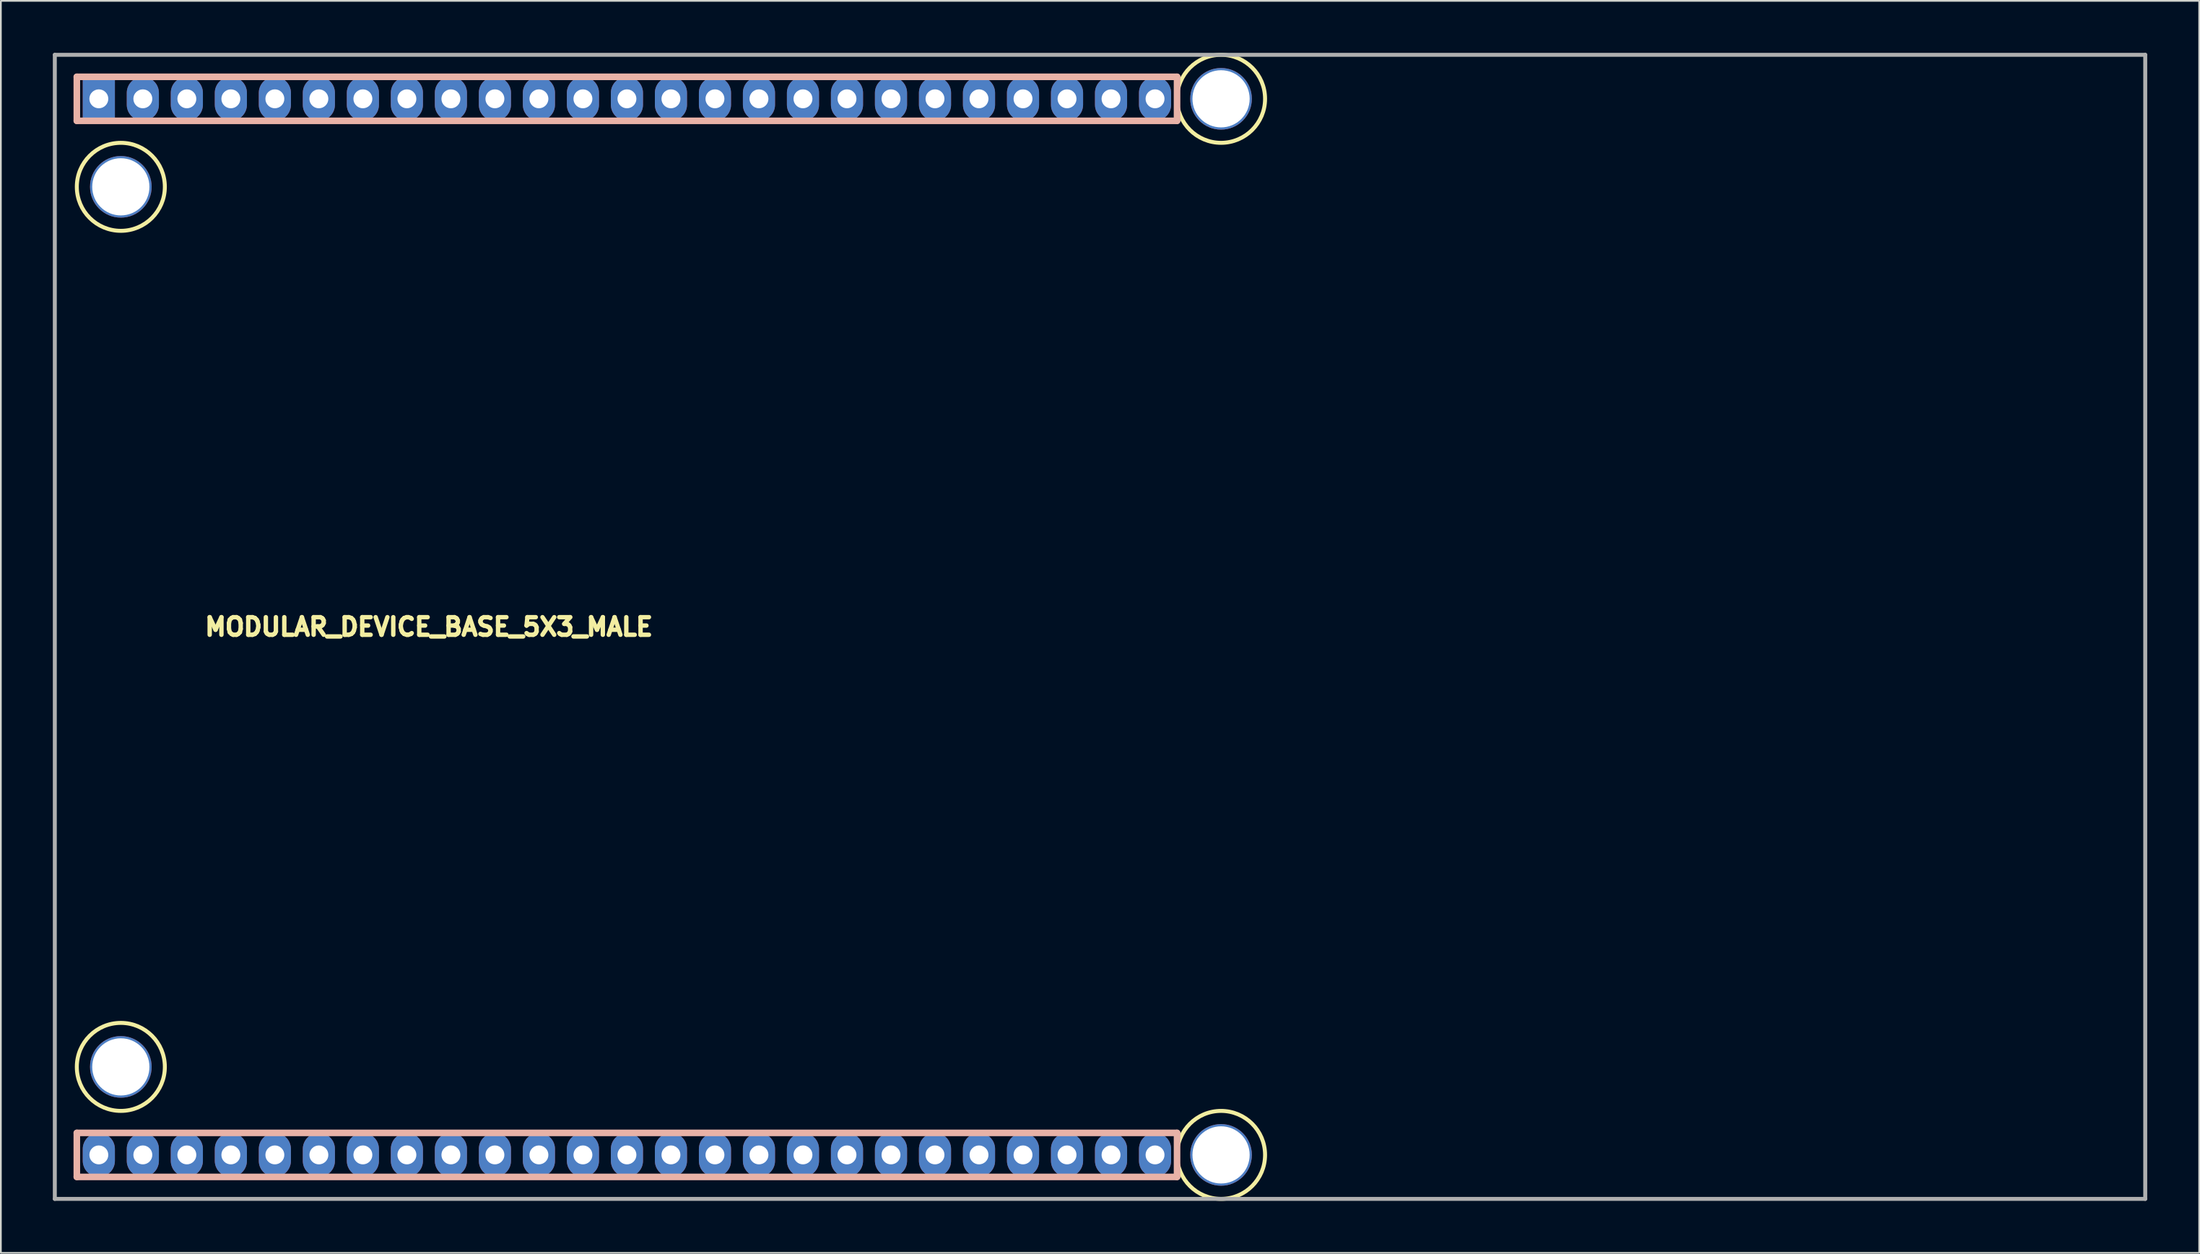
<source format=kicad_pcb>
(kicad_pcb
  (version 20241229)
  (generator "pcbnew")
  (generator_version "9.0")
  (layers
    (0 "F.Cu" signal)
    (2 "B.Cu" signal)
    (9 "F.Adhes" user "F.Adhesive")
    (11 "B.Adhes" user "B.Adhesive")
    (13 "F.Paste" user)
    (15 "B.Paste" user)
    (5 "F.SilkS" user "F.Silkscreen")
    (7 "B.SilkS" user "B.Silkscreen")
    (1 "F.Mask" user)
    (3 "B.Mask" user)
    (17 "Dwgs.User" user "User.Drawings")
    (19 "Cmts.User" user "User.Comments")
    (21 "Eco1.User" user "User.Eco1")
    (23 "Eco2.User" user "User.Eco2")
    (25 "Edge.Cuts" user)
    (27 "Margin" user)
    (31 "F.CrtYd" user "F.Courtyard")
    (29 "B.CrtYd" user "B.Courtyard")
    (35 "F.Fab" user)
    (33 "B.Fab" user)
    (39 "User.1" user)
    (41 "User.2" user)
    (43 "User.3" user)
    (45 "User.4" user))
  (footprint "MODULAR_DEVICE_BASE_5X3_MALE"
    (layer "F.Cu")
    (at 21.704 33.134)
    (property "Reference" "MODULAR_DEVICE_BASE_5X3_MALE" (at 0 0 0) (layer "F.SilkS") (effects (font (size 1.016 1.016) (thickness 0.254))))
    (attr through_hole)
    (fp_circle (center -17.78 -25.4) (end -15.24 -25.4) (stroke (width 0.229) (type solid)) (fill no) (layer "F.SilkS"))
    (fp_circle (center -17.78 25.4) (end -15.24 25.4) (stroke (width 0.229) (type solid)) (fill no) (layer "F.SilkS"))
    (fp_circle (center 45.72 -30.48) (end 48.26 -30.48) (stroke (width 0.229) (type solid)) (fill no) (layer "F.SilkS"))
    (fp_circle (center 45.72 30.48) (end 48.26 30.48) (stroke (width 0.229) (type solid)) (fill no) (layer "F.SilkS"))
    (fp_line (start -20.32 -31.75) (end -20.32 -29.21) (stroke (width 0.381) (type solid)) (layer "B.SilkS"))
    (fp_line (start -20.32 -31.75) (end 43.18 -31.75) (stroke (width 0.381) (type solid)) (layer "B.SilkS"))
    (fp_line (start -20.32 -29.21) (end 43.18 -29.21) (stroke (width 0.381) (type solid)) (layer "B.SilkS"))
    (fp_line (start -20.32 29.21) (end -20.32 31.75) (stroke (width 0.381) (type solid)) (layer "B.SilkS"))
    (fp_line (start -20.32 29.21) (end 43.18 29.21) (stroke (width 0.381) (type solid)) (layer "B.SilkS"))
    (fp_line (start -20.32 31.75) (end 43.18 31.75) (stroke (width 0.381) (type solid)) (layer "B.SilkS"))
    (fp_line (start 43.18 -29.21) (end 43.18 -31.75) (stroke (width 0.381) (type solid)) (layer "B.SilkS"))
    (fp_line (start 43.18 31.75) (end 43.18 29.21) (stroke (width 0.381) (type solid)) (layer "B.SilkS"))
    (fp_line (start -21.59 -33.02) (end -21.59 33.02) (stroke (width 0.229) (type solid)) (layer "F.Fab"))
    (fp_line (start -21.59 33.02) (end 99.06 33.02) (stroke (width 0.229) (type solid)) (layer "F.Fab"))
    (fp_line (start 99.06 -33.02) (end -21.59 -33.02) (stroke (width 0.229) (type solid)) (layer "F.Fab"))
    (fp_line (start 99.06 33.02) (end 99.06 -33.02) (stroke (width 0.229) (type solid)) (layer "F.Fab"))
    (pad "" thru_hole circle (at -17.78 -25.4) (size 3.556 3.556) (drill 3.302) (layers "*.Cu" "*.Mask"))
    (pad "" thru_hole circle (at -17.78 25.4) (size 3.556 3.556) (drill 3.302) (layers "*.Cu" "*.Mask"))
    (pad "" thru_hole circle (at 45.72 -30.48) (size 3.556 3.556) (drill 3.302) (layers "*.Cu" "*.Mask"))
    (pad "" thru_hole circle (at 45.72 30.48) (size 3.556 3.556) (drill 3.302) (layers "*.Cu" "*.Mask"))
    (pad "2" thru_hole oval (at -8.89 -30.48) (size 1.854 2.54) (drill 1.092) (layers "*.Cu" "*.Mask"))
    (pad "3V3" thru_hole oval (at -11.43 30.48) (size 1.854 2.54) (drill 1.092) (layers "*.Cu" "*.Mask"))
    (pad "5" thru_hole oval (at -1.27 -30.48) (size 1.854 2.54) (drill 1.092) (layers "*.Cu" "*.Mask"))
    (pad "6" thru_hole oval (at 1.27 -30.48) (size 1.854 2.54) (drill 1.092) (layers "*.Cu" "*.Mask"))
    (pad "11" thru_hole oval (at 13.97 -30.48) (size 1.854 2.54) (drill 1.092) (layers "*.Cu" "*.Mask"))
    (pad "12" thru_hole oval (at 16.51 -30.48) (size 1.854 2.54) (drill 1.092) (layers "*.Cu" "*.Mask"))
    (pad "13" thru_hole oval (at 16.51 30.48) (size 1.854 2.54) (drill 1.092) (layers "*.Cu" "*.Mask"))
    (pad "14" thru_hole oval (at 13.97 30.48) (size 1.854 2.54) (drill 1.092) (layers "*.Cu" "*.Mask"))
    (pad "15" thru_hole oval (at 11.43 30.48) (size 1.854 2.54) (drill 1.092) (layers "*.Cu" "*.Mask"))
    (pad "16" thru_hole oval (at 8.89 30.48) (size 1.854 2.54) (drill 1.092) (layers "*.Cu" "*.Mask"))
    (pad "17" thru_hole oval (at 6.35 30.48) (size 1.854 2.54) (drill 1.092) (layers "*.Cu" "*.Mask"))
    (pad "18" thru_hole oval (at 3.81 30.48) (size 1.854 2.54) (drill 1.092) (layers "*.Cu" "*.Mask"))
    (pad "19" thru_hole oval (at 1.27 30.48) (size 1.854 2.54) (drill 1.092) (layers "*.Cu" "*.Mask"))
    (pad "20" thru_hole oval (at -1.27 30.48) (size 1.854 2.54) (drill 1.092) (layers "*.Cu" "*.Mask"))
    (pad "21" thru_hole oval (at -3.81 30.48) (size 1.854 2.54) (drill 1.092) (layers "*.Cu" "*.Mask"))
    (pad "22" thru_hole oval (at -6.35 30.48) (size 1.854 2.54) (drill 1.092) (layers "*.Cu" "*.Mask"))
    (pad "23" thru_hole oval (at -8.89 30.48) (size 1.854 2.54) (drill 1.092) (layers "*.Cu" "*.Mask"))
    (pad "29" thru_hole oval (at 34.29 -30.48) (size 1.854 2.54) (drill 1.092) (layers "*.Cu" "*.Mask"))
    (pad "30" thru_hole oval (at 36.83 -30.48) (size 1.854 2.54) (drill 1.092) (layers "*.Cu" "*.Mask"))
    (pad "33" thru_hole oval (at 41.91 30.48) (size 1.854 2.54) (drill 1.092) (layers "*.Cu" "*.Mask"))
    (pad "34" thru_hole oval (at 39.37 30.48) (size 1.854 2.54) (drill 1.092) (layers "*.Cu" "*.Mask"))
    (pad "35" thru_hole oval (at 36.83 30.48) (size 1.854 2.54) (drill 1.092) (layers "*.Cu" "*.Mask"))
    (pad "36" thru_hole oval (at 34.29 30.48) (size 1.854 2.54) (drill 1.092) (layers "*.Cu" "*.Mask"))
    (pad "37" thru_hole oval (at 31.75 30.48) (size 1.854 2.54) (drill 1.092) (layers "*.Cu" "*.Mask"))
    (pad "38" thru_hole oval (at 29.21 30.48) (size 1.854 2.54) (drill 1.092) (layers "*.Cu" "*.Mask"))
    (pad "40" thru_hole oval (at 6.35 -30.48) (size 1.854 2.54) (drill 1.092) (layers "*.Cu" "*.Mask"))
    (pad "41" thru_hole oval (at 8.89 -30.48) (size 1.854 2.54) (drill 1.092) (layers "*.Cu" "*.Mask"))
    (pad "42" thru_hole oval (at 11.43 -30.48) (size 1.854 2.54) (drill 1.092) (layers "*.Cu" "*.Mask"))
    (pad "43" thru_hole oval (at 29.21 -30.48) (size 1.854 2.54) (drill 1.092) (layers "*.Cu" "*.Mask"))
    (pad "44" thru_hole oval (at 31.75 -30.48) (size 1.854 2.54) (drill 1.092) (layers "*.Cu" "*.Mask"))
    (pad "45" thru_hole oval (at 39.37 -30.48) (size 1.854 2.54) (drill 1.092) (layers "*.Cu" "*.Mask"))
    (pad "46" thru_hole oval (at 41.91 -30.48) (size 1.854 2.54) (drill 1.092) (layers "*.Cu" "*.Mask"))
    (pad "47" thru_hole oval (at 26.67 -30.48) (size 1.854 2.54) (drill 1.092) (layers "*.Cu" "*.Mask"))
    (pad "48" thru_hole oval (at 24.13 -30.48) (size 1.854 2.54) (drill 1.092) (layers "*.Cu" "*.Mask"))
    (pad "49" thru_hole oval (at 21.59 -30.48) (size 1.854 2.54) (drill 1.092) (layers "*.Cu" "*.Mask"))
    (pad "50" thru_hole oval (at 19.05 -30.48) (size 1.854 2.54) (drill 1.092) (layers "*.Cu" "*.Mask"))
    (pad "51" thru_hole oval (at 26.67 30.48) (size 1.854 2.54) (drill 1.092) (layers "*.Cu" "*.Mask"))
    (pad "52" thru_hole oval (at 3.81 -30.48) (size 1.854 2.54) (drill 1.092) (layers "*.Cu" "*.Mask"))
    (pad "53" thru_hole oval (at 19.05 30.48) (size 1.854 2.54) (drill 1.092) (layers "*.Cu" "*.Mask"))
    (pad "54" thru_hole oval (at -3.81 -30.48) (size 1.854 2.54) (drill 1.092) (layers "*.Cu" "*.Mask"))
    (pad "55" thru_hole oval (at -6.35 -30.48) (size 1.854 2.54) (drill 1.092) (layers "*.Cu" "*.Mask"))
    (pad "A10" thru_hole oval (at -13.97 -30.48) (size 1.854 2.54) (drill 1.092) (layers "*.Cu" "*.Mask"))
    (pad "A11" thru_hole oval (at -11.43 -30.48) (size 1.854 2.54) (drill 1.092) (layers "*.Cu" "*.Mask"))
    (pad "AGND" thru_hole oval (at -13.97 30.48) (size 1.854 2.54) (drill 1.092) (layers "*.Cu" "*.Mask"))
    (pad "AREF" thru_hole oval (at -19.05 30.48) (size 1.854 2.54) (drill 1.092) (layers "*.Cu" "*.Mask"))
    (pad "DAC0" thru_hole oval (at 24.13 30.48) (size 1.854 2.54) (drill 1.092) (layers "*.Cu" "*.Mask"))
    (pad "DAC1" thru_hole oval (at 21.59 30.48) (size 1.854 2.54) (drill 1.092) (layers "*.Cu" "*.Mask"))
    (pad "GND" thru_hole oval (at -16.51 -30.48) (size 1.854 2.54) (drill 1.092) (layers "*.Cu" "*.Mask"))
    (pad "VDD" thru_hole rect (at -19.05 -30.48) (size 1.854 2.54) (drill 1.092) (layers "*.Cu" "*.Mask"))
    (pad "VEE" thru_hole oval (at -16.51 30.48) (size 1.854 2.54) (drill 1.092) (layers "*.Cu" "*.Mask")))
  (gr_rect
    (start -3 -3)
    (end 123.879 69.269)
    (stroke (width 0.1) (type default))
    (fill no)
    (layer "Edge.Cuts")))
</source>
